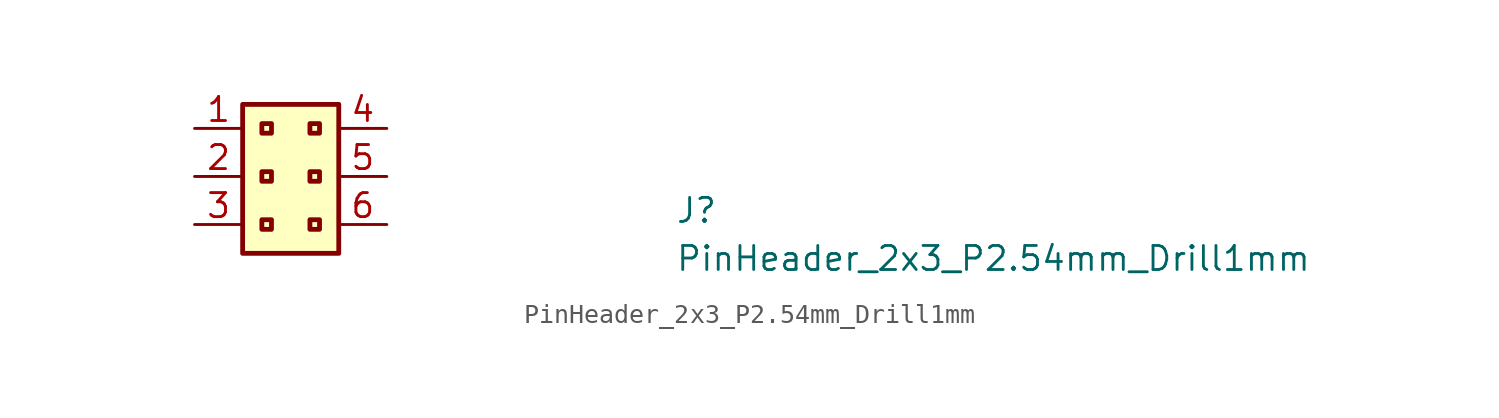
<source format=kicad_sym>
(kicad_symbol_lib
  (version 20211014)
  (generator kicad_symbol_editor)
  (symbol "PinHeader_2x3_P2.54mm_Drill1mm"
    (property "Reference" "J"
      (at 25.4 -5.08 0)
      (effects (font (size 1.27 1.27) (thickness 0.15)) (justify left bottom)))
    (property "Value" "PinHeader_2x3_P2.54mm_Drill1mm"
      (at 25.4 -7.62 0)
      (effects (font (size 1.27 1.27) (thickness 0.15)) (justify left bottom)))
    (symbol "PinHeader_2x3_P2.54mm_Drill1mm_1_1"
      (rectangle (start 2.54 1.27) (end 7.62 -6.604) (stroke (width 0.254) (type default) (color 0 0 0 0)) (fill (type background)))
      (rectangle (start 3.556 -4.826) (end 4.064 -5.334) (stroke (width 0.254) (type default) (color 0 0 0 0)) (fill (type background)))
      (rectangle (start 3.556 -2.286) (end 4.064 -2.794) (stroke (width 0.254) (type default) (color 0 0 0 0)) (fill (type background)))
      (rectangle (start 3.556 0.254) (end 4.064 -0.254) (stroke (width 0.254) (type default) (color 0 0 0 0)) (fill (type background)))
      (rectangle (start 6.096 -4.826) (end 6.604 -5.334) (stroke (width 0.254) (type default) (color 0 0 0 0)) (fill (type background)))
      (rectangle (start 6.096 -2.286) (end 6.604 -2.794) (stroke (width 0.254) (type default) (color 0 0 0 0)) (fill (type background)))
      (rectangle (start 6.096 0.254) (end 6.604 -0.254) (stroke (width 0.254) (type default) (color 0 0 0 0)) (fill (type background)))
      (pin passive line (at 0 0 0) (length 2.54) (name "~" (effects (font (size 1.27 1.27)))) (number "1" (effects (font (size 1.27 1.27)))))
      (pin passive line (at 0 -2.54 0) (length 2.54) (name "~" (effects (font (size 1.27 1.27)))) (number "2" (effects (font (size 1.27 1.27)))))
      (pin passive line (at 0 -5.08 0) (length 2.54) (name "~" (effects (font (size 1.27 1.27)))) (number "3" (effects (font (size 1.27 1.27)))))
      (pin passive line (at 10.16 0 180) (length 2.54) (name "~" (effects (font (size 1.27 1.27)))) (number "4" (effects (font (size 1.27 1.27)))))
      (pin passive line (at 10.16 -2.54 180) (length 2.54) (name "~" (effects (font (size 1.27 1.27)))) (number "5" (effects (font (size 1.27 1.27)))))
      (pin passive line (at 10.16 -5.08 180) (length 2.54) (name "~" (effects (font (size 1.27 1.27)))) (number "6" (effects (font (size 1.27 1.27))))))))
</source>
